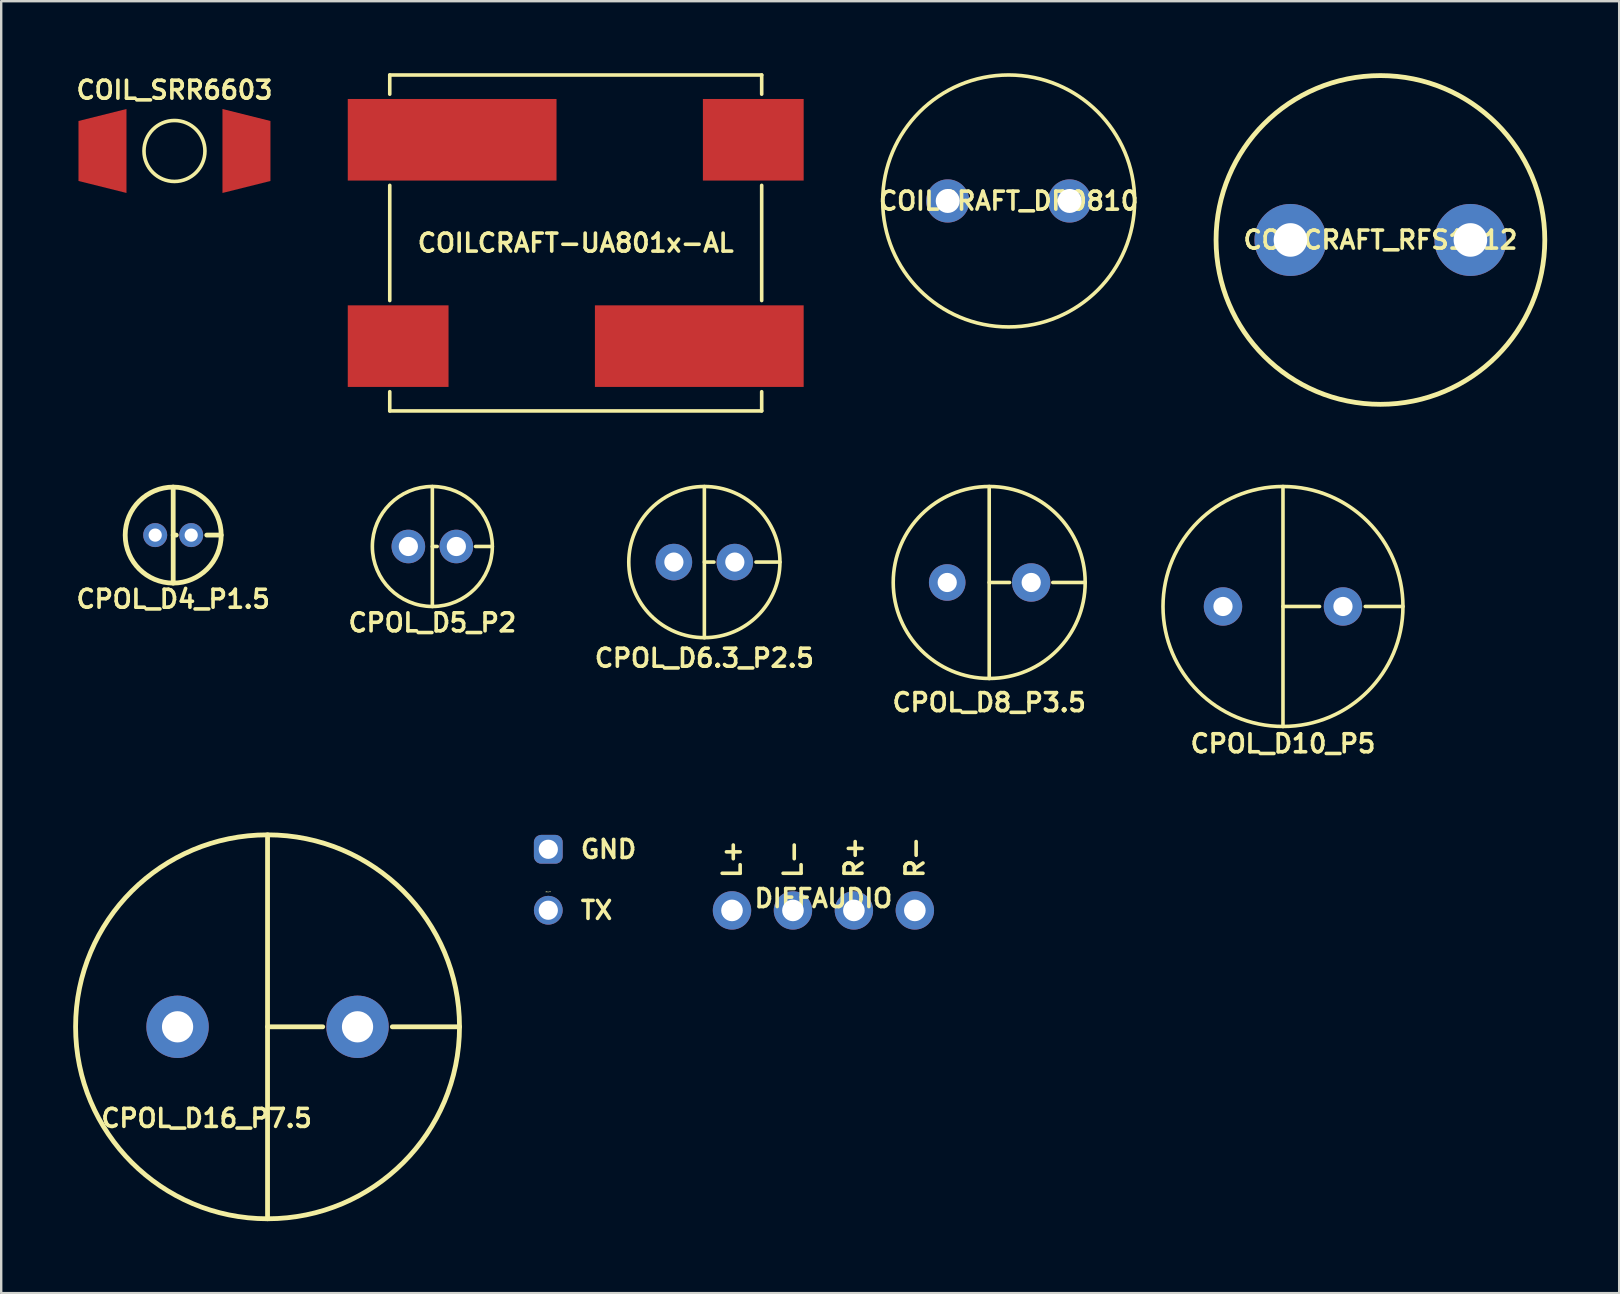
<source format=kicad_pcb>
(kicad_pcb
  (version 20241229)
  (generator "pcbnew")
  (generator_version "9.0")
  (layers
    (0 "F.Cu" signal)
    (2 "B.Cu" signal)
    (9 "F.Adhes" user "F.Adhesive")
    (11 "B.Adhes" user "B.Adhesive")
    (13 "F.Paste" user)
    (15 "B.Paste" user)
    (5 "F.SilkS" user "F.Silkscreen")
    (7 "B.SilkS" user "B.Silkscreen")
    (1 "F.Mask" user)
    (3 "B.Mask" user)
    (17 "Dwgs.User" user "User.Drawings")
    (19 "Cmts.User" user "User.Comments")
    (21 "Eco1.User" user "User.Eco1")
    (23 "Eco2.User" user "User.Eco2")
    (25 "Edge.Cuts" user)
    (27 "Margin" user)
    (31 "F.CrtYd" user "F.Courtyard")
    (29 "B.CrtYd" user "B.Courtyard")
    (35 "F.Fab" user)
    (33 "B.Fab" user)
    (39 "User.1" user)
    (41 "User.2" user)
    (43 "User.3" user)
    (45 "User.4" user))
  (footprint "CPOL_D6.3_P2.5"
    (layer "F.Cu")
    (at 26.304 20.375)
    (property "Reference" "CPOL_D6.3_P2.5" (at 0 4 0) (layer "F.SilkS") (effects (font (size 0.75 0.75) (thickness 0.15))))
    (attr through_hole)
    (fp_line (start 0 -3.15) (end 0 3.15) (stroke (width 0.15) (type solid)) (layer "F.SilkS"))
    (fp_line (start 0 0) (end 0.4 0) (stroke (width 0.15) (type solid)) (layer "F.SilkS"))
    (fp_line (start 3.15 0) (end 2.15 0) (stroke (width 0.15) (type solid)) (layer "F.SilkS"))
    (fp_circle (center 0 0) (end 3.15 0) (stroke (width 0.15) (type solid)) (fill no) (layer "F.SilkS"))
    (pad "1" thru_hole circle (at -1.27 0) (size 1.524 1.524) (drill 0.8) (layers "*.Cu" "*.Mask"))
    (pad "2" thru_hole circle (at 1.27 0) (size 1.524 1.524) (drill 0.8) (layers "*.Cu" "*.Mask")))
  (footprint "CPOL_D4_P1.5"
    (layer "F.Cu")
    (at 4.168 19.25)
    (property "Reference" "CPOL_D4_P1.5" (at 0 2.667 0) (layer "F.SilkS") (effects (font (size 0.75 0.75) (thickness 0.15))))
    (attr through_hole)
    (fp_line (start 0 -2) (end 0 2) (stroke (width 0.2) (type solid)) (layer "F.SilkS"))
    (fp_line (start 0 0) (end 0.127 0) (stroke (width 0.2) (type solid)) (layer "F.SilkS"))
    (fp_line (start 2 0) (end 1.397 0) (stroke (width 0.2) (type solid)) (layer "F.SilkS"))
    (fp_circle (center 0 0) (end 2 0) (stroke (width 0.2) (type solid)) (fill no) (layer "F.SilkS"))
    (pad "1" thru_hole circle (at -0.75 0) (size 1 1) (drill 0.55) (layers "*.Cu" "*.Mask"))
    (pad "2" thru_hole circle (at 0.75 0) (size 1 1) (drill 0.55) (layers "*.Cu" "*.Mask")))
  (footprint "CPOL_D16_P7.5"
    (layer "F.Cu")
    (at 8.1 39.742)
    (property "Reference" "CPOL_D16_P7.5" (at -2.54 3.81 0) (layer "F.SilkS") (effects (font (size 0.75 0.75) (thickness 0.15))))
    (attr through_hole)
    (fp_line (start 0 -8) (end 0 8) (stroke (width 0.2) (type solid)) (layer "F.SilkS"))
    (fp_line (start 0 0) (end 2.3 0) (stroke (width 0.2) (type solid)) (layer "F.SilkS"))
    (fp_line (start 8 0) (end 5.2 0) (stroke (width 0.2) (type solid)) (layer "F.SilkS"))
    (fp_circle (center 0 0) (end 8 0) (stroke (width 0.2) (type solid)) (fill no) (layer "F.SilkS"))
    (pad "1" thru_hole circle (at -3.75 0) (size 2.6 2.6) (drill 1.3) (layers "*.Cu" "*.Mask"))
    (pad "2" thru_hole circle (at 3.75 0) (size 2.6 2.6) (drill 1.3) (layers "*.Cu" "*.Mask")))
  (footprint "DBG_UART"
    (layer "F.Cu")
    (at 19.8 33.614)
    (property "Reference" "DBG_UART" (at 0 0.5 0) (layer "F.SilkS") (effects (font (size 0.03 0.03) (thickness 0.007))))
    (attr through_hole)
    (fp_text user "GND" (at 1.27 -1.27 0) (layer "F.SilkS") (effects (font (size 0.75 0.75) (thickness 0.15)) (justify left)))
    (fp_text user "TX" (at 1.27 1.27 0) (layer "F.SilkS") (effects (font (size 0.75 0.75) (thickness 0.15)) (justify left)))
    (pad "1" thru_hole roundrect (at 0 -1.27) (size 1.2 1.2) (drill 0.8) (layers "*.Cu" "*.Mask") (roundrect_rratio 0.25))
    (pad "2" thru_hole circle (at 0 1.27) (size 1.2 1.2) (drill 0.8) (layers "*.Cu" "*.Mask")))
  (footprint "COILCRAFT_DR0810"
    (layer "F.Cu")
    (at 38.986 5.325)
    (property "Reference" "COILCRAFT_DR0810" (at 0 0 0) (layer "F.SilkS") (effects (font (size 0.75 0.75) (thickness 0.15))))
    (attr through_hole)
    (fp_circle (center 0 0) (end 5.25 0) (stroke (width 0.15) (type solid)) (fill no) (layer "F.SilkS"))
    (pad "1" thru_hole circle (at -2.54 0) (size 1.8 1.8) (drill 1) (layers "*.Cu" "*.Mask"))
    (pad "2" thru_hole circle (at 2.54 0) (size 1.8 1.8) (drill 1) (layers "*.Cu" "*.Mask")))
  (footprint "COILCRAFT-UA801x-AL"
    (layer "F.Cu")
    (at 20.943 7.075)
    (property "Reference" "COILCRAFT-UA801x-AL" (at 0 0 0) (layer "F.SilkS") (effects (font (size 0.75 0.75) (thickness 0.15))))
    (attr smd)
    (fp_line (start -7.75 -7) (end 7.75 -7) (stroke (width 0.15) (type solid)) (layer "F.SilkS"))
    (fp_line (start -7.75 -6.2) (end -7.75 -7) (stroke (width 0.15) (type solid)) (layer "F.SilkS"))
    (fp_line (start -7.75 2.4) (end -7.75 -2.4) (stroke (width 0.15) (type solid)) (layer "F.SilkS"))
    (fp_line (start -7.75 7) (end -7.75 6.2) (stroke (width 0.15) (type solid)) (layer "F.SilkS"))
    (fp_line (start 7.75 -7) (end 7.75 -6.2) (stroke (width 0.15) (type solid)) (layer "F.SilkS"))
    (fp_line (start 7.75 -2.4) (end 7.75 2.4) (stroke (width 0.15) (type solid)) (layer "F.SilkS"))
    (fp_line (start 7.75 6.2) (end 7.75 7) (stroke (width 0.15) (type solid)) (layer "F.SilkS"))
    (fp_line (start 7.75 7) (end -7.75 7) (stroke (width 0.15) (type solid)) (layer "F.SilkS"))
    (pad "1" smd rect (at -5.15 -4.3) (size 8.7 3.4) (layers "F.Cu" "F.Mask" "F.Paste"))
    (pad "2" smd rect (at -7.4 4.3) (size 4.2 3.4) (layers "F.Cu" "F.Mask" "F.Paste"))
    (pad "3" smd rect (at 5.15 4.3) (size 8.7 3.4) (layers "F.Cu" "F.Mask" "F.Paste"))
    (pad "4" smd rect (at 7.4 -4.3) (size 4.2 3.4) (layers "F.Cu" "F.Mask" "F.Paste")))
  (footprint "COILCRAFT_RFS1412"
    (layer "F.Cu")
    (at 54.479 6.95)
    (property "Reference" "COILCRAFT_RFS1412" (at 0 0 0) (layer "F.SilkS") (effects (font (size 0.75 0.75) (thickness 0.15))))
    (attr through_hole)
    (fp_circle (center 0 0) (end 6.85 0) (stroke (width 0.2) (type solid)) (fill no) (layer "F.SilkS"))
    (pad "1" thru_hole circle (at -3.75 0) (size 3 3) (drill 1.4) (layers "*.Cu" "*.Mask"))
    (pad "2" thru_hole circle (at 3.75 0) (size 3 3) (drill 1.4) (layers "*.Cu" "*.Mask")))
  (footprint "CPOL_D8_P3.5"
    (layer "F.Cu")
    (at 38.175 21.225)
    (property "Reference" "CPOL_D8_P3.5" (at 0 5 0) (layer "F.SilkS") (effects (font (size 0.75 0.75) (thickness 0.15))))
    (attr through_hole)
    (fp_line (start 0 -4) (end 0 4) (stroke (width 0.15) (type solid)) (layer "F.SilkS"))
    (fp_line (start 0 0) (end 0.85 0) (stroke (width 0.15) (type solid)) (layer "F.SilkS"))
    (fp_line (start 4 0) (end 2.65 0) (stroke (width 0.15) (type solid)) (layer "F.SilkS"))
    (fp_circle (center 0 0) (end 4 0) (stroke (width 0.15) (type solid)) (fill no) (layer "F.SilkS"))
    (pad "1" thru_hole circle (at -1.75 0) (size 1.524 1.524) (drill 0.8) (layers "*.Cu" "*.Mask"))
    (pad "2" thru_hole circle (at 1.75 0) (size 1.6 1.6) (drill 0.8) (layers "*.Cu" "*.Mask")))
  (footprint "CPOL_D10_P5"
    (layer "F.Cu")
    (at 50.418 22.225)
    (property "Reference" "CPOL_D10_P5" (at 0 5.715 0) (layer "F.SilkS") (effects (font (size 0.75 0.75) (thickness 0.15))))
    (attr through_hole)
    (fp_line (start 0 -5) (end 0 5) (stroke (width 0.15) (type solid)) (layer "F.SilkS"))
    (fp_line (start 0 0) (end 1.524 0) (stroke (width 0.15) (type solid)) (layer "F.SilkS"))
    (fp_line (start 5 0) (end 3.429 0) (stroke (width 0.15) (type solid)) (layer "F.SilkS"))
    (fp_circle (center 0 0) (end 5 0) (stroke (width 0.15) (type solid)) (fill no) (layer "F.SilkS"))
    (pad "1" thru_hole circle (at -2.5 0) (size 1.6 1.6) (drill 0.8) (layers "*.Cu" "*.Mask"))
    (pad "2" thru_hole circle (at 2.5 0) (size 1.6 1.6) (drill 0.8) (layers "*.Cu" "*.Mask")))
  (footprint "COIL_SRR6603"
    (layer "F.Cu")
    (at 4.221 3.242)
    (property "Reference" "COIL_SRR6603" (at 0 -2.54 0) (layer "F.SilkS") (effects (font (size 0.75 0.75) (thickness 0.15))))
    (attr through_hole)
    (fp_circle (center 0 0) (end 0 1.27) (stroke (width 0.15) (type solid)) (fill no) (layer "F.SilkS"))
    (pad "1" smd trapezoid (at -3 0 270) (size 3 2) (rect_delta 0 -0.5) (layers "F.Cu" "F.Mask" "F.Paste"))
    (pad "2" smd trapezoid (at 3 0 270) (size 3 2) (rect_delta 0 0.5) (layers "F.Cu" "F.Mask" "F.Paste")))
  (footprint "CPOL_D5_P2"
    (layer "F.Cu")
    (at 14.968 19.725)
    (property "Reference" "CPOL_D5_P2" (at 0 3.175 0) (layer "F.SilkS") (effects (font (size 0.75 0.75) (thickness 0.15))))
    (attr through_hole)
    (fp_line (start 0 -2.5) (end 0 2.5) (stroke (width 0.15) (type solid)) (layer "F.SilkS"))
    (fp_line (start 0 0) (end 0.2 0) (stroke (width 0.15) (type solid)) (layer "F.SilkS"))
    (fp_line (start 2.5 0) (end 1.8 0) (stroke (width 0.15) (type solid)) (layer "F.SilkS"))
    (fp_circle (center 0 0) (end 2.5 0) (stroke (width 0.15) (type solid)) (fill no) (layer "F.SilkS"))
    (pad "1" thru_hole circle (at -1 0) (size 1.4 1.4) (drill 0.8) (layers "*.Cu" "*.Mask"))
    (pad "2" thru_hole circle (at 1 0) (size 1.4 1.4) (drill 0.8) (layers "*.Cu" "*.Mask")))
  (footprint "DIFFAUDIO"
    (layer "F.Cu")
    (at 31.266 34.891)
    (property "Reference" "DIFFAUDIO" (at 0 -0.5 0) (unlocked yes) (layer "F.SilkS") (effects (font (size 0.75 0.75) (thickness 0.15))))
    (attr through_hole)
    (fp_text user "L-" (at -1.27 -1.27 90) (unlocked yes) (layer "F.SilkS") (effects (font (size 0.75 0.75) (thickness 0.15)) (justify left)))
    (fp_text user "L+" (at -3.81 -1.27 90) (unlocked yes) (layer "F.SilkS") (effects (font (size 0.75 0.75) (thickness 0.15)) (justify left)))
    (fp_text user "R-" (at 3.81 -1.27 90) (unlocked yes) (layer "F.SilkS") (effects (font (size 0.75 0.75) (thickness 0.15)) (justify left)))
    (fp_text user "R+" (at 1.27 -1.27 90) (unlocked yes) (layer "F.SilkS") (effects (font (size 0.75 0.75) (thickness 0.15)) (justify left)))
    (pad "1" thru_hole circle (at -3.81 0) (size 1.6 1.6) (drill 0.9) (layers "*.Cu" "*.Mask"))
    (pad "2" thru_hole circle (at -1.27 0) (size 1.6 1.6) (drill 0.9) (layers "*.Cu" "*.Mask"))
    (pad "3" thru_hole circle (at 1.27 0) (size 1.6 1.6) (drill 0.9) (layers "*.Cu" "*.Mask"))
    (pad "4" thru_hole circle (at 3.81 0) (size 1.6 1.6) (drill 0.9) (layers "*.Cu" "*.Mask")))
  (gr_rect
    (start -3 -3)
    (end 64.429 50.842)
    (stroke (width 0.1) (type default))
    (fill no)
    (layer "Edge.Cuts")))
</source>
